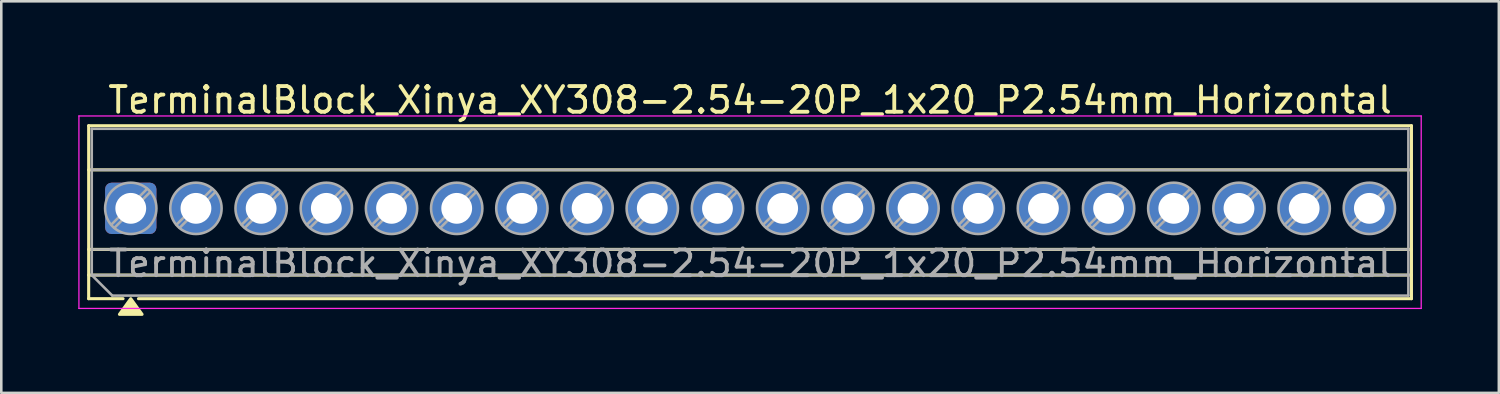
<source format=kicad_pcb>
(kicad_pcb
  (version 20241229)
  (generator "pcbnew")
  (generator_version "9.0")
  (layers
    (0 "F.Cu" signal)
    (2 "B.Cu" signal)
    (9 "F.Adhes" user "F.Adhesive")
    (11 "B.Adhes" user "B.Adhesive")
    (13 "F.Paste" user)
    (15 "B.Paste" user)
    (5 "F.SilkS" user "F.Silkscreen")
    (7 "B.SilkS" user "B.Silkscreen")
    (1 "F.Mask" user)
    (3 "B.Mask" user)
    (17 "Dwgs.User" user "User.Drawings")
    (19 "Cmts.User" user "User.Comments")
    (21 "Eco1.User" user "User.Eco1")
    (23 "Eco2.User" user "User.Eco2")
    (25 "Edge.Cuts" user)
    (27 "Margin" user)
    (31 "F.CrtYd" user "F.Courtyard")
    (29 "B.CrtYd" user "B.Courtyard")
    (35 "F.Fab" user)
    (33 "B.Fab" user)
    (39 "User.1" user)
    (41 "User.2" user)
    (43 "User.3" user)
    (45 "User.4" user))
  (footprint "TerminalBlock_Xinya_XY308-2.54-20P_1x20_P2.54mm_Horizontal"
    (layer "F.Cu")
    (at 2.045 5.068)
    (property "Reference" "TerminalBlock_Xinya_XY308-2.54-20P_1x20_P2.54mm_Horizontal" (at 24.13 -4.22 0) (layer "F.SilkS") (effects (font (size 1 1) (thickness 0.15))))
    (attr through_hole)
    (fp_line (start -1.64 -3.22) (end 49.9 -3.22) (stroke (width 0.12) (type solid)) (layer "F.SilkS"))
    (fp_line (start -1.64 -1.5) (end 49.9 -1.5) (stroke (width 0.12) (type solid)) (layer "F.SilkS"))
    (fp_line (start -1.64 1.6) (end 49.9 1.6) (stroke (width 0.12) (type solid)) (layer "F.SilkS"))
    (fp_line (start -1.64 2.6) (end 49.9 2.6) (stroke (width 0.12) (type solid)) (layer "F.SilkS"))
    (fp_line (start -1.64 3.52) (end -1.64 -3.22) (stroke (width 0.12) (type solid)) (layer "F.SilkS"))
    (fp_line (start -0.3 3.52) (end -1.64 3.52) (stroke (width 0.12) (type solid)) (layer "F.SilkS"))
    (fp_line (start 49.9 -3.22) (end 49.9 3.52) (stroke (width 0.12) (type solid)) (layer "F.SilkS"))
    (fp_line (start 49.9 3.52) (end 0.3 3.52) (stroke (width 0.12) (type solid)) (layer "F.SilkS"))
    (fp_poly (pts (xy 0 3.52) (xy 0.44 4.13) (xy -0.44 4.13)) (stroke (width 0.12) (type solid)) (fill yes) (layer "F.SilkS"))
    (fp_line (start -2.02 -3.6) (end -2.02 3.9) (stroke (width 0.05) (type solid)) (layer "F.CrtYd"))
    (fp_line (start -2.02 3.9) (end 50.28 3.9) (stroke (width 0.05) (type solid)) (layer "F.CrtYd"))
    (fp_line (start 50.28 -3.6) (end -2.02 -3.6) (stroke (width 0.05) (type solid)) (layer "F.CrtYd"))
    (fp_line (start 50.28 3.9) (end 50.28 -3.6) (stroke (width 0.05) (type solid)) (layer "F.CrtYd"))
    (fp_line (start -1.52 -3.1) (end 49.78 -3.1) (stroke (width 0.1) (type solid)) (layer "F.Fab"))
    (fp_line (start -1.52 -1.5) (end 49.78 -1.5) (stroke (width 0.1) (type solid)) (layer "F.Fab"))
    (fp_line (start -1.52 1.6) (end 49.78 1.6) (stroke (width 0.1) (type solid)) (layer "F.Fab"))
    (fp_line (start -1.52 2.6) (end -1.52 -3.1) (stroke (width 0.1) (type solid)) (layer "F.Fab"))
    (fp_line (start -1.52 2.6) (end 49.78 2.6) (stroke (width 0.1) (type solid)) (layer "F.Fab"))
    (fp_line (start -0.72 3.4) (end -1.52 2.6) (stroke (width 0.1) (type solid)) (layer "F.Fab"))
    (fp_line (start 0.636 -0.758) (end -0.758 0.636) (stroke (width 0.1) (type solid)) (layer "F.Fab"))
    (fp_line (start 0.758 -0.636) (end -0.636 0.758) (stroke (width 0.1) (type solid)) (layer "F.Fab"))
    (fp_line (start 3.176 -0.758) (end 1.782 0.636) (stroke (width 0.1) (type solid)) (layer "F.Fab"))
    (fp_line (start 3.298 -0.636) (end 1.904 0.758) (stroke (width 0.1) (type solid)) (layer "F.Fab"))
    (fp_line (start 5.716 -0.758) (end 4.322 0.636) (stroke (width 0.1) (type solid)) (layer "F.Fab"))
    (fp_line (start 5.838 -0.636) (end 4.444 0.758) (stroke (width 0.1) (type solid)) (layer "F.Fab"))
    (fp_line (start 8.256 -0.758) (end 6.862 0.636) (stroke (width 0.1) (type solid)) (layer "F.Fab"))
    (fp_line (start 8.378 -0.636) (end 6.984 0.758) (stroke (width 0.1) (type solid)) (layer "F.Fab"))
    (fp_line (start 10.796 -0.758) (end 9.402 0.636) (stroke (width 0.1) (type solid)) (layer "F.Fab"))
    (fp_line (start 10.918 -0.636) (end 9.524 0.758) (stroke (width 0.1) (type solid)) (layer "F.Fab"))
    (fp_line (start 13.336 -0.758) (end 11.942 0.636) (stroke (width 0.1) (type solid)) (layer "F.Fab"))
    (fp_line (start 13.458 -0.636) (end 12.064 0.758) (stroke (width 0.1) (type solid)) (layer "F.Fab"))
    (fp_line (start 15.876 -0.758) (end 14.482 0.636) (stroke (width 0.1) (type solid)) (layer "F.Fab"))
    (fp_line (start 15.998 -0.636) (end 14.604 0.758) (stroke (width 0.1) (type solid)) (layer "F.Fab"))
    (fp_line (start 18.416 -0.758) (end 17.022 0.636) (stroke (width 0.1) (type solid)) (layer "F.Fab"))
    (fp_line (start 18.538 -0.636) (end 17.144 0.758) (stroke (width 0.1) (type solid)) (layer "F.Fab"))
    (fp_line (start 20.956 -0.758) (end 19.562 0.636) (stroke (width 0.1) (type solid)) (layer "F.Fab"))
    (fp_line (start 21.078 -0.636) (end 19.684 0.758) (stroke (width 0.1) (type solid)) (layer "F.Fab"))
    (fp_line (start 23.496 -0.758) (end 22.102 0.636) (stroke (width 0.1) (type solid)) (layer "F.Fab"))
    (fp_line (start 23.618 -0.636) (end 22.224 0.758) (stroke (width 0.1) (type solid)) (layer "F.Fab"))
    (fp_line (start 26.036 -0.758) (end 24.642 0.636) (stroke (width 0.1) (type solid)) (layer "F.Fab"))
    (fp_line (start 26.158 -0.636) (end 24.764 0.758) (stroke (width 0.1) (type solid)) (layer "F.Fab"))
    (fp_line (start 28.576 -0.758) (end 27.182 0.636) (stroke (width 0.1) (type solid)) (layer "F.Fab"))
    (fp_line (start 28.698 -0.636) (end 27.304 0.758) (stroke (width 0.1) (type solid)) (layer "F.Fab"))
    (fp_line (start 31.116 -0.758) (end 29.722 0.636) (stroke (width 0.1) (type solid)) (layer "F.Fab"))
    (fp_line (start 31.238 -0.636) (end 29.844 0.758) (stroke (width 0.1) (type solid)) (layer "F.Fab"))
    (fp_line (start 33.656 -0.758) (end 32.262 0.636) (stroke (width 0.1) (type solid)) (layer "F.Fab"))
    (fp_line (start 33.778 -0.636) (end 32.384 0.758) (stroke (width 0.1) (type solid)) (layer "F.Fab"))
    (fp_line (start 36.196 -0.758) (end 34.802 0.636) (stroke (width 0.1) (type solid)) (layer "F.Fab"))
    (fp_line (start 36.318 -0.636) (end 34.924 0.758) (stroke (width 0.1) (type solid)) (layer "F.Fab"))
    (fp_line (start 38.736 -0.758) (end 37.342 0.636) (stroke (width 0.1) (type solid)) (layer "F.Fab"))
    (fp_line (start 38.858 -0.636) (end 37.464 0.758) (stroke (width 0.1) (type solid)) (layer "F.Fab"))
    (fp_line (start 41.276 -0.758) (end 39.882 0.636) (stroke (width 0.1) (type solid)) (layer "F.Fab"))
    (fp_line (start 41.398 -0.636) (end 40.004 0.758) (stroke (width 0.1) (type solid)) (layer "F.Fab"))
    (fp_line (start 43.816 -0.758) (end 42.422 0.636) (stroke (width 0.1) (type solid)) (layer "F.Fab"))
    (fp_line (start 43.938 -0.636) (end 42.544 0.758) (stroke (width 0.1) (type solid)) (layer "F.Fab"))
    (fp_line (start 46.356 -0.758) (end 44.962 0.636) (stroke (width 0.1) (type solid)) (layer "F.Fab"))
    (fp_line (start 46.478 -0.636) (end 45.084 0.758) (stroke (width 0.1) (type solid)) (layer "F.Fab"))
    (fp_line (start 48.896 -0.758) (end 47.502 0.636) (stroke (width 0.1) (type solid)) (layer "F.Fab"))
    (fp_line (start 49.018 -0.636) (end 47.624 0.758) (stroke (width 0.1) (type solid)) (layer "F.Fab"))
    (fp_line (start 49.78 -3.1) (end 49.78 3.4) (stroke (width 0.1) (type solid)) (layer "F.Fab"))
    (fp_line (start 49.78 3.4) (end -0.72 3.4) (stroke (width 0.1) (type solid)) (layer "F.Fab"))
    (fp_circle (center 0 0) (end 1 0) (stroke (width 0.1) (type solid)) (fill no) (layer "F.Fab"))
    (fp_circle (center 2.54 0) (end 3.54 0) (stroke (width 0.1) (type solid)) (fill no) (layer "F.Fab"))
    (fp_circle (center 5.08 0) (end 6.08 0) (stroke (width 0.1) (type solid)) (fill no) (layer "F.Fab"))
    (fp_circle (center 7.62 0) (end 8.62 0) (stroke (width 0.1) (type solid)) (fill no) (layer "F.Fab"))
    (fp_circle (center 10.16 0) (end 11.16 0) (stroke (width 0.1) (type solid)) (fill no) (layer "F.Fab"))
    (fp_circle (center 12.7 0) (end 13.7 0) (stroke (width 0.1) (type solid)) (fill no) (layer "F.Fab"))
    (fp_circle (center 15.24 0) (end 16.24 0) (stroke (width 0.1) (type solid)) (fill no) (layer "F.Fab"))
    (fp_circle (center 17.78 0) (end 18.78 0) (stroke (width 0.1) (type solid)) (fill no) (layer "F.Fab"))
    (fp_circle (center 20.32 0) (end 21.32 0) (stroke (width 0.1) (type solid)) (fill no) (layer "F.Fab"))
    (fp_circle (center 22.86 0) (end 23.86 0) (stroke (width 0.1) (type solid)) (fill no) (layer "F.Fab"))
    (fp_circle (center 25.4 0) (end 26.4 0) (stroke (width 0.1) (type solid)) (fill no) (layer "F.Fab"))
    (fp_circle (center 27.94 0) (end 28.94 0) (stroke (width 0.1) (type solid)) (fill no) (layer "F.Fab"))
    (fp_circle (center 30.48 0) (end 31.48 0) (stroke (width 0.1) (type solid)) (fill no) (layer "F.Fab"))
    (fp_circle (center 33.02 0) (end 34.02 0) (stroke (width 0.1) (type solid)) (fill no) (layer "F.Fab"))
    (fp_circle (center 35.56 0) (end 36.56 0) (stroke (width 0.1) (type solid)) (fill no) (layer "F.Fab"))
    (fp_circle (center 38.1 0) (end 39.1 0) (stroke (width 0.1) (type solid)) (fill no) (layer "F.Fab"))
    (fp_circle (center 40.64 0) (end 41.64 0) (stroke (width 0.1) (type solid)) (fill no) (layer "F.Fab"))
    (fp_circle (center 43.18 0) (end 44.18 0) (stroke (width 0.1) (type solid)) (fill no) (layer "F.Fab"))
    (fp_circle (center 45.72 0) (end 46.72 0) (stroke (width 0.1) (type solid)) (fill no) (layer "F.Fab"))
    (fp_circle (center 48.26 0) (end 49.26 0) (stroke (width 0.1) (type solid)) (fill no) (layer "F.Fab"))
    (fp_text user "${REFERENCE}" (at 24.13 2.15 0) (layer "F.Fab") (effects (font (size 1 1) (thickness 0.15))))
    (pad "1" thru_hole roundrect (at 0 0) (size 2 2) (drill 1.2) (layers "*.Cu" "*.Mask") (roundrect_rratio 0.125))
    (pad "2" thru_hole circle (at 2.54 0) (size 2 2) (drill 1.2) (layers "*.Cu" "*.Mask"))
    (pad "3" thru_hole circle (at 5.08 0) (size 2 2) (drill 1.2) (layers "*.Cu" "*.Mask"))
    (pad "4" thru_hole circle (at 7.62 0) (size 2 2) (drill 1.2) (layers "*.Cu" "*.Mask"))
    (pad "5" thru_hole circle (at 10.16 0) (size 2 2) (drill 1.2) (layers "*.Cu" "*.Mask"))
    (pad "6" thru_hole circle (at 12.7 0) (size 2 2) (drill 1.2) (layers "*.Cu" "*.Mask"))
    (pad "7" thru_hole circle (at 15.24 0) (size 2 2) (drill 1.2) (layers "*.Cu" "*.Mask"))
    (pad "8" thru_hole circle (at 17.78 0) (size 2 2) (drill 1.2) (layers "*.Cu" "*.Mask"))
    (pad "9" thru_hole circle (at 20.32 0) (size 2 2) (drill 1.2) (layers "*.Cu" "*.Mask"))
    (pad "10" thru_hole circle (at 22.86 0) (size 2 2) (drill 1.2) (layers "*.Cu" "*.Mask"))
    (pad "11" thru_hole circle (at 25.4 0) (size 2 2) (drill 1.2) (layers "*.Cu" "*.Mask"))
    (pad "12" thru_hole circle (at 27.94 0) (size 2 2) (drill 1.2) (layers "*.Cu" "*.Mask"))
    (pad "13" thru_hole circle (at 30.48 0) (size 2 2) (drill 1.2) (layers "*.Cu" "*.Mask"))
    (pad "14" thru_hole circle (at 33.02 0) (size 2 2) (drill 1.2) (layers "*.Cu" "*.Mask"))
    (pad "15" thru_hole circle (at 35.56 0) (size 2 2) (drill 1.2) (layers "*.Cu" "*.Mask"))
    (pad "16" thru_hole circle (at 38.1 0) (size 2 2) (drill 1.2) (layers "*.Cu" "*.Mask"))
    (pad "17" thru_hole circle (at 40.64 0) (size 2 2) (drill 1.2) (layers "*.Cu" "*.Mask"))
    (pad "18" thru_hole circle (at 43.18 0) (size 2 2) (drill 1.2) (layers "*.Cu" "*.Mask"))
    (pad "19" thru_hole circle (at 45.72 0) (size 2 2) (drill 1.2) (layers "*.Cu" "*.Mask"))
    (pad "20" thru_hole circle (at 48.26 0) (size 2 2) (drill 1.2) (layers "*.Cu" "*.Mask")))
  (gr_rect
    (start -3 -3)
    (end 55.35 12.258)
    (stroke (width 0.1) (type default))
    (fill no)
    (layer "Edge.Cuts")))
</source>
